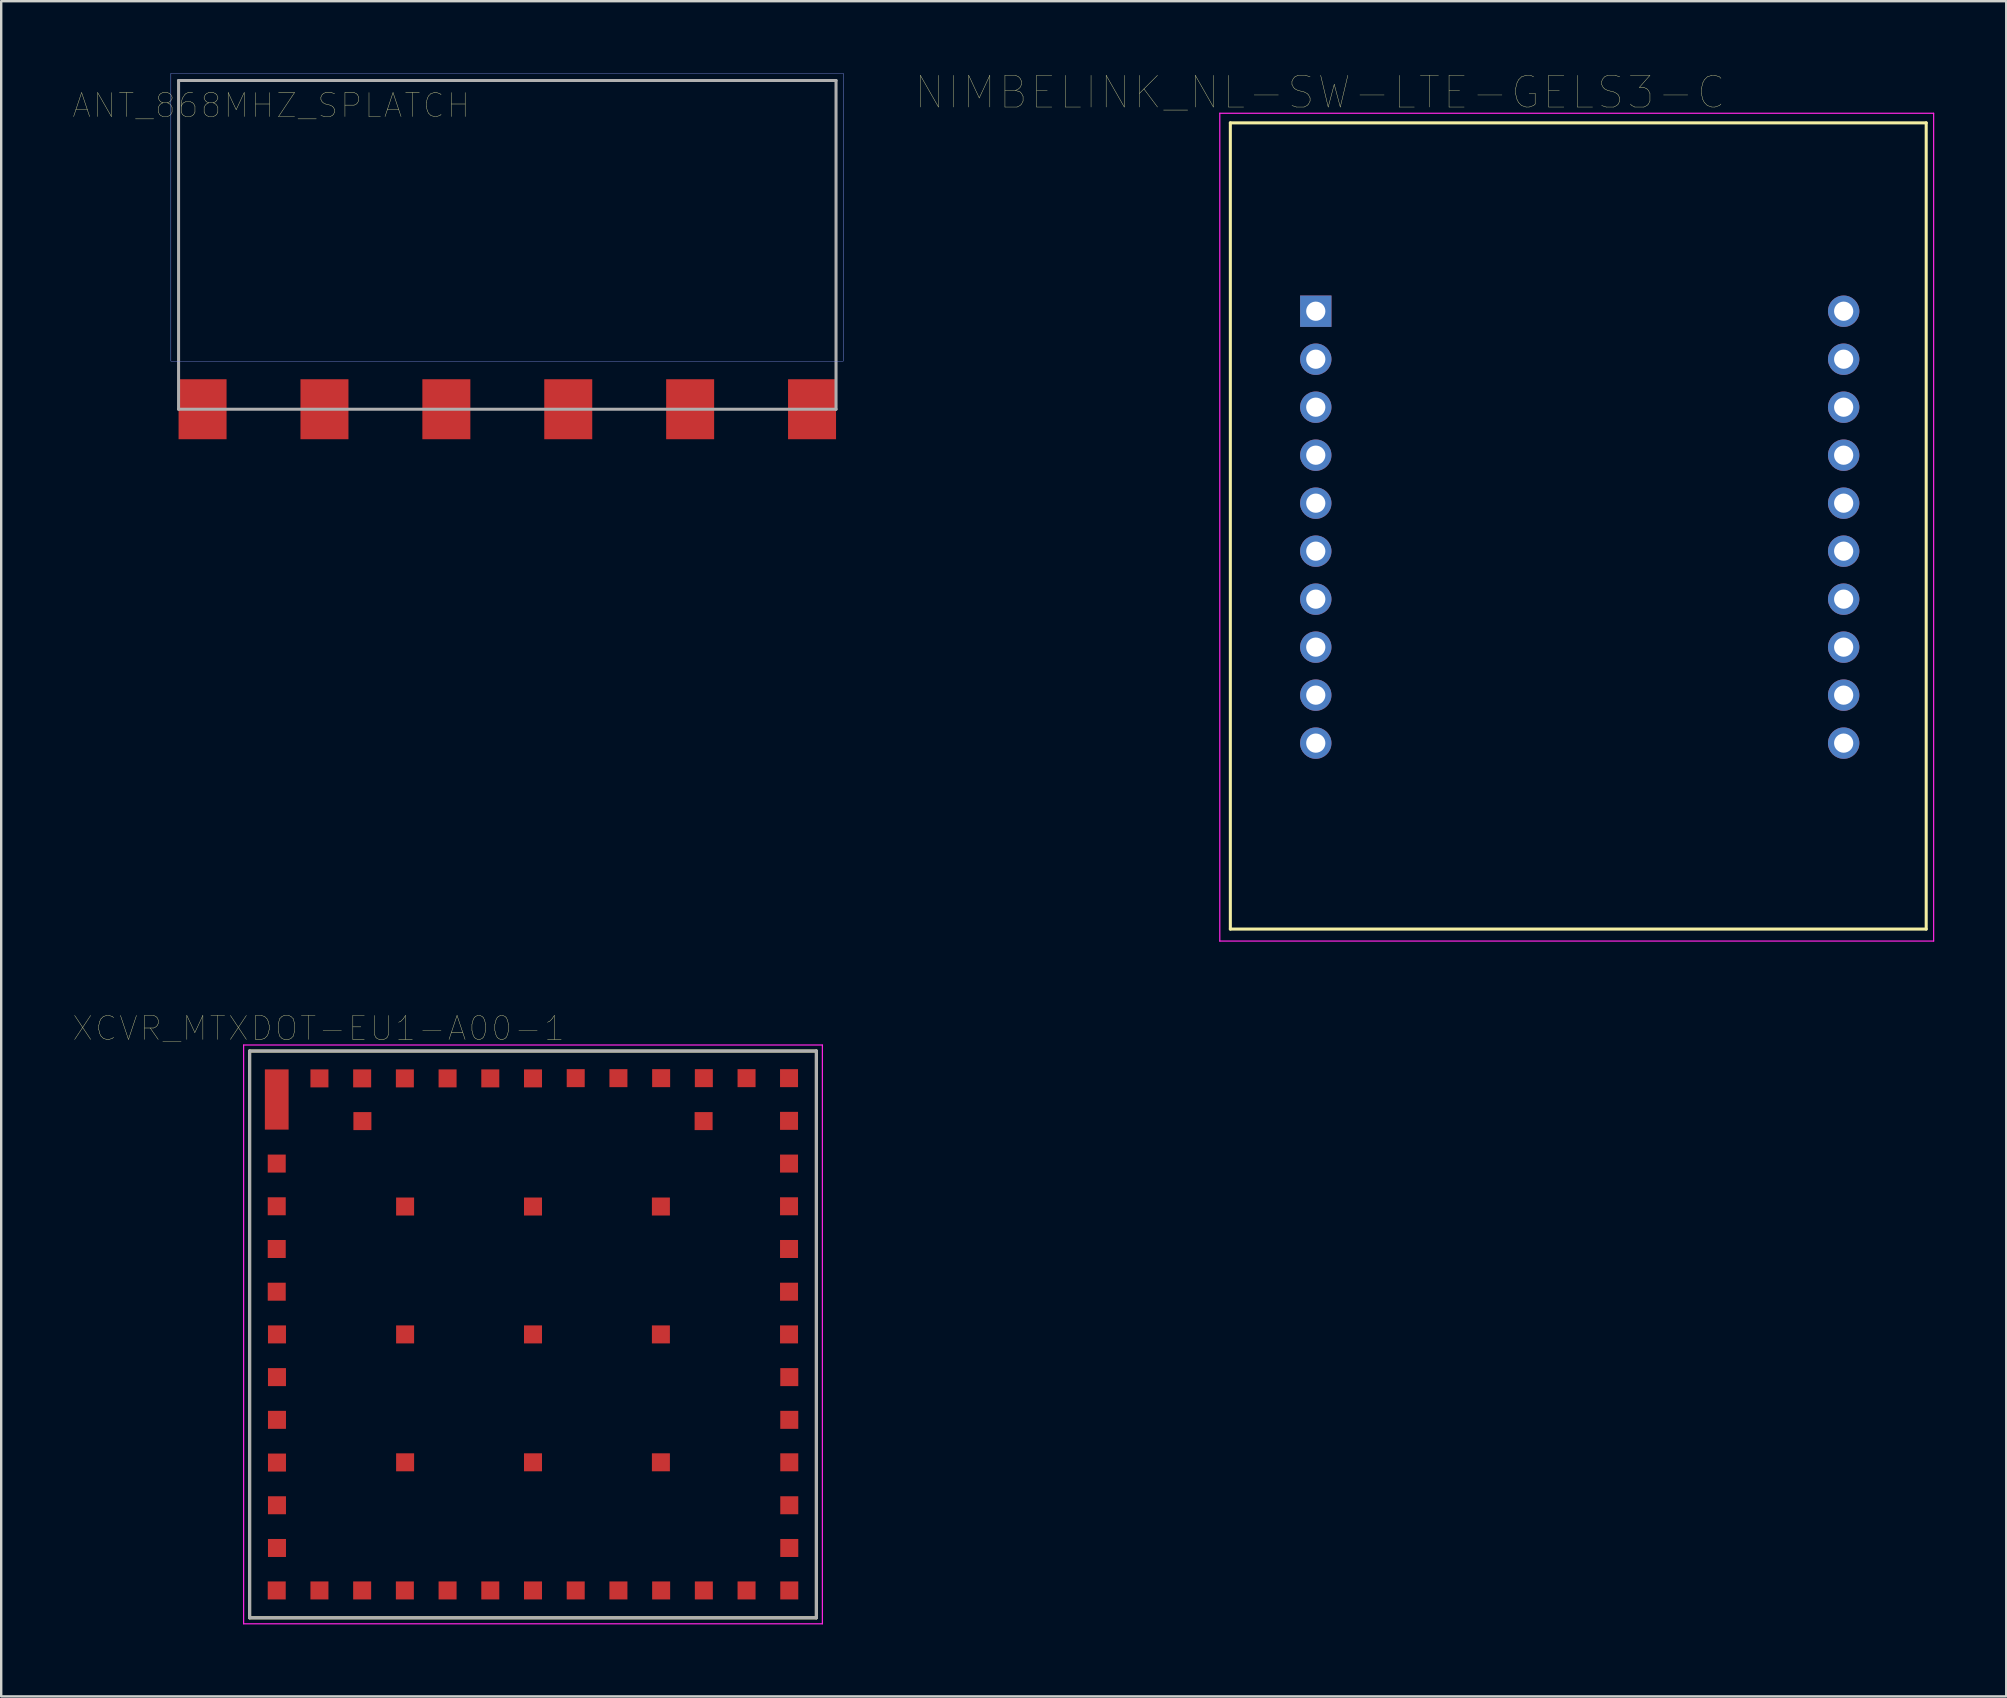
<source format=kicad_pcb>
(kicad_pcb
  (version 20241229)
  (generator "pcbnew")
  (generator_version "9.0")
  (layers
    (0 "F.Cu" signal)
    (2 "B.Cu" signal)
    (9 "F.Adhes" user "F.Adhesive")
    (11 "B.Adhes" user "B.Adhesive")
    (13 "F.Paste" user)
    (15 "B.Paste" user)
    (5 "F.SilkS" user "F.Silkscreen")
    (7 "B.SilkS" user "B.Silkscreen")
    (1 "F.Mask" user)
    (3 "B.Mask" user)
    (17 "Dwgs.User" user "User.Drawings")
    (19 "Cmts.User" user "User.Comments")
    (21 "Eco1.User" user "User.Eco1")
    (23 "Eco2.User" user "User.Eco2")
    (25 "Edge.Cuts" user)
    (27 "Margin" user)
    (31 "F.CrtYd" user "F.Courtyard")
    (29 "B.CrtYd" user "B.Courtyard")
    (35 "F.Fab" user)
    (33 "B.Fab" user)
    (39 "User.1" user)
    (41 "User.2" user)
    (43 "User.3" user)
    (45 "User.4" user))
  (footprint "NIMBELINK_NL-SW-LTE-GELS3-C"
    (layer "F.Cu")
    (at 62.785 18.87)
    (property "Reference" "NIMBELINK_NL-SW-LTE-GELS3-C" (at -10.828 -18.07 0) (layer "F.SilkS") (effects (font (size 1.322 1.322) (thickness 0.015))))
    (attr through_hole)
    (fp_line (start -14.56 -16.8) (end -14.56 16.8) (stroke (width 0.127) (type solid)) (layer "F.SilkS"))
    (fp_line (start -14.56 16.8) (end 14.44 16.8) (stroke (width 0.127) (type solid)) (layer "F.SilkS"))
    (fp_line (start 14.44 -16.8) (end -14.56 -16.8) (stroke (width 0.127) (type solid)) (layer "F.SilkS"))
    (fp_line (start 14.44 16.8) (end 14.44 -16.8) (stroke (width 0.127) (type solid)) (layer "F.SilkS"))
    (fp_line (start -15 -17.2) (end -15 17.3) (stroke (width 0.05) (type solid)) (layer "F.CrtYd"))
    (fp_line (start -15 17.3) (end 14.75 17.3) (stroke (width 0.05) (type solid)) (layer "F.CrtYd"))
    (fp_line (start 14.75 -17.2) (end -15 -17.2) (stroke (width 0.05) (type solid)) (layer "F.CrtYd"))
    (fp_line (start 14.75 17.3) (end 14.75 -17.2) (stroke (width 0.05) (type solid)) (layer "F.CrtYd"))
    (pad "1" thru_hole rect (at -11 -8.95) (size 1.308 1.308) (drill 0.8) (layers "*.Cu" "*.Mask"))
    (pad "2" thru_hole circle (at -11 -6.95) (size 1.308 1.308) (drill 0.8) (layers "*.Cu" "*.Mask"))
    (pad "3" thru_hole circle (at -11 -4.95) (size 1.308 1.308) (drill 0.8) (layers "*.Cu" "*.Mask"))
    (pad "4" thru_hole circle (at -11 -2.95) (size 1.308 1.308) (drill 0.8) (layers "*.Cu" "*.Mask"))
    (pad "5" thru_hole circle (at -11 -0.95) (size 1.308 1.308) (drill 0.8) (layers "*.Cu" "*.Mask"))
    (pad "6" thru_hole circle (at -11 1.05) (size 1.308 1.308) (drill 0.8) (layers "*.Cu" "*.Mask"))
    (pad "7" thru_hole circle (at -11 3.05) (size 1.308 1.308) (drill 0.8) (layers "*.Cu" "*.Mask"))
    (pad "8" thru_hole circle (at -11 5.05) (size 1.308 1.308) (drill 0.8) (layers "*.Cu" "*.Mask"))
    (pad "9" thru_hole circle (at -11 7.05) (size 1.308 1.308) (drill 0.8) (layers "*.Cu" "*.Mask"))
    (pad "10" thru_hole circle (at -11 9.05) (size 1.308 1.308) (drill 0.8) (layers "*.Cu" "*.Mask"))
    (pad "11" thru_hole circle (at 11 9.05) (size 1.308 1.308) (drill 0.8) (layers "*.Cu" "*.Mask"))
    (pad "12" thru_hole circle (at 11 7.05) (size 1.308 1.308) (drill 0.8) (layers "*.Cu" "*.Mask"))
    (pad "13" thru_hole circle (at 11 5.05) (size 1.308 1.308) (drill 0.8) (layers "*.Cu" "*.Mask"))
    (pad "14" thru_hole circle (at 11 3.05) (size 1.308 1.308) (drill 0.8) (layers "*.Cu" "*.Mask"))
    (pad "15" thru_hole circle (at 11 1.05) (size 1.308 1.308) (drill 0.8) (layers "*.Cu" "*.Mask"))
    (pad "16" thru_hole circle (at 11 -0.95) (size 1.308 1.308) (drill 0.8) (layers "*.Cu" "*.Mask"))
    (pad "17" thru_hole circle (at 11 -2.95) (size 1.308 1.308) (drill 0.8) (layers "*.Cu" "*.Mask"))
    (pad "18" thru_hole circle (at 11 -4.95) (size 1.308 1.308) (drill 0.8) (layers "*.Cu" "*.Mask"))
    (pad "19" thru_hole circle (at 11 -6.95) (size 1.308 1.308) (drill 0.8) (layers "*.Cu" "*.Mask"))
    (pad "20" thru_hole circle (at 11 -8.95) (size 1.308 1.308) (drill 0.8) (layers "*.Cu" "*.Mask")))
  (footprint "ANT_868MHZ_SPLATCH"
    (layer "F.Cu")
    (at 18.092 14.005)
    (property "Reference" "ANT_868MHZ_SPLATCH" (at -9.844 -12.659 0) (layer "F.SilkS") (effects (font (size 1.002 1.002) (thickness 0.015))))
    (attr through_hole)
    (fp_poly (pts (xy -14.023 -14) (xy 14 -14) (xy 14 -2.003) (xy -14.023 -2.003)) (stroke (width 0.01) (type solid)) (fill no) (layer "B.CrtYd"))
    (fp_poly (pts (xy -14.018 -14) (xy 14 -14) (xy 14 -2.003) (xy -14.018 -2.003)) (stroke (width 0.01) (type solid)) (fill no) (layer "F.CrtYd"))
    (fp_line (start -13.7 -13.7) (end 13.7 -13.7) (stroke (width 0.127) (type solid)) (layer "F.Fab"))
    (fp_line (start -13.7 0) (end -13.7 -13.7) (stroke (width 0.127) (type solid)) (layer "F.Fab"))
    (fp_line (start 13.7 -13.7) (end 13.7 0) (stroke (width 0.127) (type solid)) (layer "F.Fab"))
    (fp_line (start 13.7 0) (end -13.7 0) (stroke (width 0.127) (type solid)) (layer "F.Fab"))
    (pad "GND1" smd rect (at -7.62 0) (size 2 2.5) (layers "F.Cu" "F.Mask" "F.Paste"))
    (pad "GND2" smd rect (at -2.54 0) (size 2 2.5) (layers "F.Cu" "F.Mask" "F.Paste"))
    (pad "GND3" smd rect (at 2.54 0) (size 2 2.5) (layers "F.Cu" "F.Mask" "F.Paste"))
    (pad "GND4" smd rect (at 7.62 0) (size 2 2.5) (layers "F.Cu" "F.Mask" "F.Paste"))
    (pad "GND5" smd rect (at 12.7 0) (size 2 2.5) (layers "F.Cu" "F.Mask" "F.Paste"))
    (pad "MICROSTRIP" smd rect (at -12.7 0) (size 2 2.5) (layers "F.Cu" "F.Mask" "F.Paste")))
  (footprint "XCVR_MTXDOT-EU1-A00-1"
    (layer "F.Cu")
    (at 19.163 52.562)
    (property "Reference" "XCVR_MTXDOT-EU1-A00-1" (at -8.939 -12.755 0) (layer "F.SilkS") (effects (font (size 1.002 1.002) (thickness 0.015))))
    (attr through_hole)
    (fp_line (start -11.81 -11.81) (end 11.81 -11.81) (stroke (width 0.127) (type solid)) (layer "F.SilkS"))
    (fp_line (start -11.81 11.81) (end -11.81 -11.81) (stroke (width 0.127) (type solid)) (layer "F.SilkS"))
    (fp_line (start 11.81 -11.81) (end 11.81 11.81) (stroke (width 0.127) (type solid)) (layer "F.SilkS"))
    (fp_line (start 11.81 11.81) (end -11.81 11.81) (stroke (width 0.127) (type solid)) (layer "F.SilkS"))
    (fp_line (start -12.06 -12.06) (end 12.06 -12.06) (stroke (width 0.05) (type solid)) (layer "F.CrtYd"))
    (fp_line (start -12.06 12.06) (end -12.06 -12.06) (stroke (width 0.05) (type solid)) (layer "F.CrtYd"))
    (fp_line (start 12.06 -12.06) (end 12.06 12.06) (stroke (width 0.05) (type solid)) (layer "F.CrtYd"))
    (fp_line (start 12.06 12.06) (end -12.06 12.06) (stroke (width 0.05) (type solid)) (layer "F.CrtYd"))
    (fp_line (start -11.81 -11.81) (end 11.81 -11.81) (stroke (width 0.127) (type solid)) (layer "F.Fab"))
    (fp_line (start -11.81 11.81) (end -11.81 -11.81) (stroke (width 0.127) (type solid)) (layer "F.Fab"))
    (fp_line (start 11.81 -11.81) (end 11.81 11.81) (stroke (width 0.127) (type solid)) (layer "F.Fab"))
    (fp_line (start 11.81 11.81) (end -11.81 11.81) (stroke (width 0.127) (type solid)) (layer "F.Fab"))
    (pad "1" smd rect (at -10.68 -9.79) (size 0.99 2.51) (layers "F.Cu" "F.Mask" "F.Paste"))
    (pad "2" smd rect (at -10.68 -7.12) (size 0.75 0.75) (layers "F.Cu" "F.Mask" "F.Paste"))
    (pad "3" smd rect (at -10.68 -5.34) (size 0.75 0.75) (layers "F.Cu" "F.Mask" "F.Paste"))
    (pad "4" smd rect (at -10.68 -3.56) (size 0.75 0.75) (layers "F.Cu" "F.Mask" "F.Paste"))
    (pad "5" smd rect (at -10.68 -1.78) (size 0.75 0.75) (layers "F.Cu" "F.Mask" "F.Paste"))
    (pad "6" smd rect (at -10.67 0) (size 0.75 0.75) (layers "F.Cu" "F.Mask" "F.Paste"))
    (pad "7" smd rect (at -10.67 1.78) (size 0.75 0.75) (layers "F.Cu" "F.Mask" "F.Paste"))
    (pad "8" smd rect (at -10.67 3.56) (size 0.75 0.75) (layers "F.Cu" "F.Mask" "F.Paste"))
    (pad "9" smd rect (at -10.67 5.34) (size 0.75 0.75) (layers "F.Cu" "F.Mask" "F.Paste"))
    (pad "10" smd rect (at -10.67 7.12) (size 0.75 0.75) (layers "F.Cu" "F.Mask" "F.Paste"))
    (pad "11" smd rect (at -10.67 8.9) (size 0.75 0.75) (layers "F.Cu" "F.Mask" "F.Paste"))
    (pad "12" smd rect (at -10.68 10.67) (size 0.75 0.75) (layers "F.Cu" "F.Mask" "F.Paste"))
    (pad "13" smd rect (at -8.9 10.67) (size 0.75 0.75) (layers "F.Cu" "F.Mask" "F.Paste"))
    (pad "14" smd rect (at -7.12 10.67) (size 0.75 0.75) (layers "F.Cu" "F.Mask" "F.Paste"))
    (pad "15" smd rect (at -5.34 10.67) (size 0.75 0.75) (layers "F.Cu" "F.Mask" "F.Paste"))
    (pad "16" smd rect (at -3.56 10.67) (size 0.75 0.75) (layers "F.Cu" "F.Mask" "F.Paste"))
    (pad "17" smd rect (at -1.78 10.67) (size 0.75 0.75) (layers "F.Cu" "F.Mask" "F.Paste"))
    (pad "18" smd rect (at 0 10.67) (size 0.75 0.75) (layers "F.Cu" "F.Mask" "F.Paste"))
    (pad "19" smd rect (at 1.78 10.67) (size 0.75 0.75) (layers "F.Cu" "F.Mask" "F.Paste"))
    (pad "20" smd rect (at 3.56 10.67) (size 0.75 0.75) (layers "F.Cu" "F.Mask" "F.Paste"))
    (pad "21" smd rect (at 5.34 10.67) (size 0.75 0.75) (layers "F.Cu" "F.Mask" "F.Paste"))
    (pad "22" smd rect (at 7.12 10.67) (size 0.75 0.75) (layers "F.Cu" "F.Mask" "F.Paste"))
    (pad "23" smd rect (at 8.9 10.67) (size 0.75 0.75) (layers "F.Cu" "F.Mask" "F.Paste"))
    (pad "24" smd rect (at 10.68 10.67) (size 0.75 0.75) (layers "F.Cu" "F.Mask" "F.Paste"))
    (pad "25" smd rect (at 10.68 8.9) (size 0.75 0.75) (layers "F.Cu" "F.Mask" "F.Paste"))
    (pad "26" smd rect (at 10.68 7.12) (size 0.75 0.75) (layers "F.Cu" "F.Mask" "F.Paste"))
    (pad "27" smd rect (at 10.68 5.33) (size 0.75 0.75) (layers "F.Cu" "F.Mask" "F.Paste"))
    (pad "28" smd rect (at 10.68 3.56) (size 0.75 0.75) (layers "F.Cu" "F.Mask" "F.Paste"))
    (pad "29" smd rect (at 10.68 1.78) (size 0.75 0.75) (layers "F.Cu" "F.Mask" "F.Paste"))
    (pad "30" smd rect (at 10.67 0) (size 0.75 0.75) (layers "F.Cu" "F.Mask" "F.Paste"))
    (pad "31" smd rect (at 10.67 -1.78) (size 0.75 0.75) (layers "F.Cu" "F.Mask" "F.Paste"))
    (pad "32" smd rect (at 10.67 -3.56) (size 0.75 0.75) (layers "F.Cu" "F.Mask" "F.Paste"))
    (pad "33" smd rect (at 10.67 -5.34) (size 0.75 0.75) (layers "F.Cu" "F.Mask" "F.Paste"))
    (pad "34" smd rect (at 10.67 -7.12) (size 0.75 0.75) (layers "F.Cu" "F.Mask" "F.Paste"))
    (pad "35" smd rect (at 10.67 -8.9) (size 0.75 0.75) (layers "F.Cu" "F.Mask" "F.Paste"))
    (pad "36" smd rect (at 10.67 -10.68) (size 0.75 0.75) (layers "F.Cu" "F.Mask" "F.Paste"))
    (pad "37" smd rect (at 8.9 -10.68) (size 0.75 0.75) (layers "F.Cu" "F.Mask" "F.Paste"))
    (pad "38" smd rect (at 7.12 -10.68) (size 0.75 0.75) (layers "F.Cu" "F.Mask" "F.Paste"))
    (pad "39" smd rect (at 5.34 -10.68) (size 0.75 0.75) (layers "F.Cu" "F.Mask" "F.Paste"))
    (pad "40" smd rect (at 3.56 -10.68) (size 0.75 0.75) (layers "F.Cu" "F.Mask" "F.Paste"))
    (pad "41" smd rect (at 1.78 -10.68) (size 0.75 0.75) (layers "F.Cu" "F.Mask" "F.Paste"))
    (pad "42" smd rect (at 0 -10.67) (size 0.75 0.75) (layers "F.Cu" "F.Mask" "F.Paste"))
    (pad "43" smd rect (at -1.78 -10.67) (size 0.75 0.75) (layers "F.Cu" "F.Mask" "F.Paste"))
    (pad "44" smd rect (at -3.56 -10.67) (size 0.75 0.75) (layers "F.Cu" "F.Mask" "F.Paste"))
    (pad "45" smd rect (at -5.34 -10.67) (size 0.75 0.75) (layers "F.Cu" "F.Mask" "F.Paste"))
    (pad "46" smd rect (at -7.12 -10.67) (size 0.75 0.75) (layers "F.Cu" "F.Mask" "F.Paste"))
    (pad "47" smd rect (at -8.9 -10.67) (size 0.75 0.75) (layers "F.Cu" "F.Mask" "F.Paste"))
    (pad "48" smd rect (at 7.11 -8.89) (size 0.75 0.75) (layers "F.Cu" "F.Mask" "F.Paste"))
    (pad "49" smd rect (at -7.11 -8.89) (size 0.75 0.75) (layers "F.Cu" "F.Mask" "F.Paste"))
    (pad "50" smd rect (at -5.33 -5.33) (size 0.75 0.75) (layers "F.Cu" "F.Mask" "F.Paste"))
    (pad "51" smd rect (at 0 -5.33) (size 0.75 0.75) (layers "F.Cu" "F.Mask" "F.Paste"))
    (pad "52" smd rect (at 5.33 -5.33) (size 0.75 0.75) (layers "F.Cu" "F.Mask" "F.Paste"))
    (pad "53" smd rect (at -5.33 0) (size 0.75 0.75) (layers "F.Cu" "F.Mask" "F.Paste"))
    (pad "54" smd rect (at 0 0) (size 0.75 0.75) (layers "F.Cu" "F.Mask" "F.Paste"))
    (pad "55" smd rect (at 5.33 0) (size 0.75 0.75) (layers "F.Cu" "F.Mask" "F.Paste"))
    (pad "56" smd rect (at -5.33 5.33) (size 0.75 0.75) (layers "F.Cu" "F.Mask" "F.Paste"))
    (pad "57" smd rect (at 0 5.33) (size 0.75 0.75) (layers "F.Cu" "F.Mask" "F.Paste"))
    (pad "58" smd rect (at 5.33 5.33) (size 0.75 0.75) (layers "F.Cu" "F.Mask" "F.Paste")))
  (gr_rect
    (start -3 -3)
    (end 80.56 67.647)
    (stroke (width 0.1) (type default))
    (fill no)
    (layer "Edge.Cuts")))
</source>
